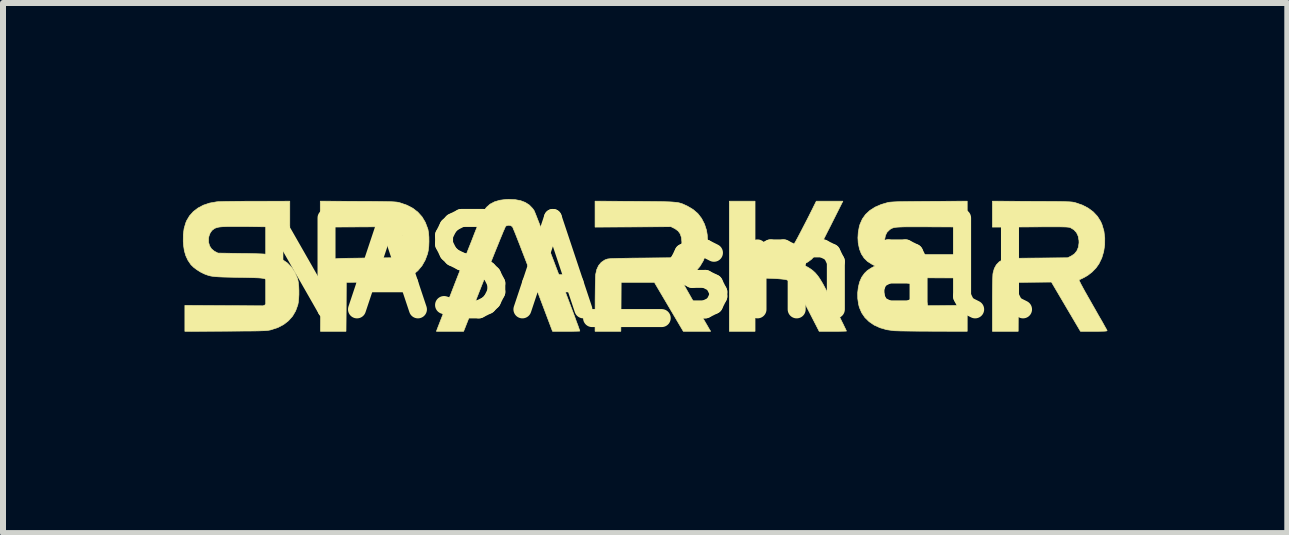
<source format=kicad_pcb>
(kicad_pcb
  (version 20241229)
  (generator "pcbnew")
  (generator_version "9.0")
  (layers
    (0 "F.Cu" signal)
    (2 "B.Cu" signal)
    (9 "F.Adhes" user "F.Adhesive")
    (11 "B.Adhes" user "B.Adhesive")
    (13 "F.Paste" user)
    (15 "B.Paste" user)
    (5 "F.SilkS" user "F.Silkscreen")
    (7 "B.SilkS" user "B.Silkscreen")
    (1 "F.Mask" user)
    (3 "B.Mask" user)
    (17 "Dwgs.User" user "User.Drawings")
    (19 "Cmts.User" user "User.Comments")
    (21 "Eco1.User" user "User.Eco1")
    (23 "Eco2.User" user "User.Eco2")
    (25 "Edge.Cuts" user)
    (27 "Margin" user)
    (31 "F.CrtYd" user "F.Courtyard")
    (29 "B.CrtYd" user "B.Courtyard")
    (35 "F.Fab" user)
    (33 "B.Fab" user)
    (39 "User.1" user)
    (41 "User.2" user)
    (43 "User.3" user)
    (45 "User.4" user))
  (footprint "NASA_small"
    (layer "F.Cu")
    (at 7.691 1.418)
    (property "Reference" "NASA_small" (at 0 0 0) (layer "F.SilkS") (effects (font (size 1.524 1.524) (thickness 0.3))))
    (attr through_hole)
    (fp_poly (pts (xy -2.154 -1.14) (xy -2.062 -1.123) (xy -1.984 -1.093) (xy -1.917 -1.05) (xy -1.862 -0.993) (xy -1.838 -0.959) (xy -1.832 -0.946) (xy -1.82 -0.917) (xy -1.802 -0.872) (xy -1.779 -0.813) (xy -1.751 -0.742) (xy -1.72 -0.66) (xy -1.684 -0.569) (xy -1.646 -0.47) (xy -1.606 -0.364) (xy -1.563 -0.252) (xy -1.519 -0.138) (xy -1.475 -0.021) (xy -1.43 0.097) (xy -1.386 0.215) (xy -1.342 0.33) (xy -1.3 0.442) (xy -1.26 0.548) (xy -1.222 0.649) (xy -1.187 0.741) (xy -1.156 0.824) (xy -1.13 0.897) (xy -1.107 0.957) (xy -1.091 1.003) (xy -1.079 1.035) (xy -1.075 1.05) (xy -1.075 1.051) (xy -1.084 1.052) (xy -1.11 1.053) (xy -1.15 1.054) (xy -1.202 1.055) (xy -1.262 1.055) (xy -1.303 1.055) (xy -1.53 1.055) (xy -1.855 0.193) (xy -1.905 0.061) (xy -1.952 -0.064) (xy -1.997 -0.181) (xy -2.039 -0.289) (xy -2.076 -0.386) (xy -2.11 -0.472) (xy -2.139 -0.546) (xy -2.163 -0.606) (xy -2.182 -0.651) (xy -2.194 -0.68) (xy -2.201 -0.691) (xy -2.229 -0.708) (xy -2.263 -0.713) (xy -2.297 -0.705) (xy -2.311 -0.695) (xy -2.318 -0.684) (xy -2.33 -0.655) (xy -2.35 -0.611) (xy -2.374 -0.552) (xy -2.404 -0.48) (xy -2.438 -0.395) (xy -2.477 -0.3) (xy -2.519 -0.195) (xy -2.564 -0.082) (xy -2.612 0.039) (xy -2.662 0.166) (xy -2.671 0.189) (xy -3.012 1.055) (xy -3.466 1.055) (xy -3.439 0.984) (xy -3.365 0.794) (xy -3.294 0.609) (xy -3.224 0.431) (xy -3.158 0.26) (xy -3.094 0.096) (xy -3.034 -0.058) (xy -2.977 -0.203) (xy -2.924 -0.338) (xy -2.875 -0.461) (xy -2.832 -0.573) (xy -2.793 -0.671) (xy -2.759 -0.756) (xy -2.731 -0.826) (xy -2.709 -0.88) (xy -2.693 -0.919) (xy -2.683 -0.94) (xy -2.682 -0.943) (xy -2.632 -1.011) (xy -2.571 -1.065) (xy -2.496 -1.104) (xy -2.409 -1.13) (xy -2.308 -1.143) (xy -2.261 -1.145) (xy -2.154 -1.14)) (stroke (width 0.01) (type solid)) (fill yes) (layer "F.SilkS"))
    (fp_poly (pts (xy 1.846 -0.215) (xy 1.99 -0.215) (xy 2.088 -0.217) (xy 2.176 -0.221) (xy 2.25 -0.228) (xy 2.31 -0.238) (xy 2.352 -0.249) (xy 2.354 -0.25) (xy 2.379 -0.263) (xy 2.404 -0.28) (xy 2.429 -0.305) (xy 2.455 -0.337) (xy 2.485 -0.38) (xy 2.518 -0.435) (xy 2.556 -0.504) (xy 2.6 -0.588) (xy 2.62 -0.626) (xy 2.657 -0.698) (xy 2.695 -0.771) (xy 2.731 -0.841) (xy 2.763 -0.905) (xy 2.79 -0.959) (xy 2.81 -0.998) (xy 2.81 -0.999) (xy 2.867 -1.114) (xy 3.31 -1.114) (xy 3.095 -0.686) (xy 3.051 -0.6) (xy 3.009 -0.517) (xy 2.97 -0.441) (xy 2.934 -0.372) (xy 2.902 -0.313) (xy 2.877 -0.265) (xy 2.858 -0.232) (xy 2.847 -0.214) (xy 2.846 -0.213) (xy 2.792 -0.15) (xy 2.73 -0.103) (xy 2.684 -0.078) (xy 2.626 -0.052) (xy 2.668 -0.04) (xy 2.712 -0.021) (xy 2.762 0.009) (xy 2.811 0.045) (xy 2.853 0.084) (xy 2.856 0.088) (xy 2.879 0.115) (xy 2.903 0.146) (xy 2.928 0.183) (xy 2.955 0.227) (xy 2.985 0.279) (xy 3.019 0.343) (xy 3.059 0.418) (xy 3.104 0.507) (xy 3.156 0.612) (xy 3.181 0.663) (xy 3.221 0.743) (xy 3.257 0.818) (xy 3.29 0.886) (xy 3.319 0.944) (xy 3.342 0.992) (xy 3.359 1.026) (xy 3.368 1.047) (xy 3.37 1.051) (xy 3.361 1.052) (xy 3.335 1.053) (xy 3.295 1.054) (xy 3.243 1.055) (xy 3.183 1.055) (xy 3.143 1.055) (xy 2.915 1.055) (xy 2.741 0.716) (xy 2.701 0.638) (xy 2.662 0.564) (xy 2.626 0.495) (xy 2.594 0.435) (xy 2.566 0.385) (xy 2.545 0.347) (xy 2.532 0.324) (xy 2.531 0.322) (xy 2.49 0.273) (xy 2.44 0.232) (xy 2.386 0.202) (xy 2.366 0.195) (xy 2.336 0.189) (xy 2.29 0.184) (xy 2.234 0.179) (xy 2.171 0.175) (xy 2.106 0.172) (xy 2.043 0.17) (xy 1.986 0.17) (xy 1.942 0.171) (xy 1.846 0.178) (xy 1.846 1.055) (xy 1.417 1.055) (xy 1.417 -1.114) (xy 1.846 -1.114) (xy 1.846 -0.215)) (stroke (width 0.01) (type solid)) (fill yes) (layer "F.SilkS"))
    (fp_poly (pts (xy -0.164 -1.111) (xy -0.027 -1.11) (xy 0.091 -1.109) (xy 0.193 -1.108) (xy 0.28 -1.107) (xy 0.354 -1.105) (xy 0.417 -1.103) (xy 0.469 -1.1) (xy 0.513 -1.096) (xy 0.55 -1.092) (xy 0.581 -1.086) (xy 0.609 -1.078) (xy 0.634 -1.07) (xy 0.659 -1.059) (xy 0.685 -1.047) (xy 0.714 -1.034) (xy 0.723 -1.029) (xy 0.815 -0.974) (xy 0.893 -0.907) (xy 0.955 -0.826) (xy 1.003 -0.733) (xy 1.037 -0.629) (xy 1.049 -0.553) (xy 1.054 -0.469) (xy 1.052 -0.382) (xy 1.042 -0.299) (xy 1.026 -0.23) (xy 0.984 -0.123) (xy 0.928 -0.029) (xy 0.861 0.051) (xy 0.783 0.117) (xy 0.695 0.167) (xy 0.673 0.176) (xy 0.644 0.188) (xy 0.624 0.197) (xy 0.617 0.2) (xy 0.622 0.209) (xy 0.634 0.232) (xy 0.655 0.269) (xy 0.681 0.316) (xy 0.713 0.373) (xy 0.749 0.436) (xy 0.788 0.505) (xy 0.829 0.577) (xy 0.871 0.65) (xy 0.912 0.722) (xy 0.952 0.791) (xy 0.989 0.856) (xy 1.022 0.913) (xy 1.051 0.962) (xy 1.073 1.001) (xy 1.086 1.023) (xy 1.106 1.055) (xy 0.878 1.055) (xy 0.65 1.055) (xy 0.409 0.647) (xy 0.168 0.239) (xy -0.386 0.239) (xy -0.388 0.647) (xy -0.391 1.055) (xy -0.821 1.055) (xy -0.82 0.618) (xy -0.82 0.524) (xy -0.819 0.434) (xy -0.818 0.35) (xy -0.817 0.274) (xy -0.815 0.209) (xy -0.814 0.157) (xy -0.812 0.121) (xy -0.811 0.107) (xy -0.793 0.026) (xy -0.762 -0.041) (xy -0.718 -0.094) (xy -0.662 -0.132) (xy -0.636 -0.143) (xy -0.624 -0.147) (xy -0.61 -0.151) (xy -0.591 -0.153) (xy -0.566 -0.156) (xy -0.533 -0.158) (xy -0.491 -0.159) (xy -0.437 -0.161) (xy -0.371 -0.162) (xy -0.29 -0.163) (xy -0.193 -0.165) (xy -0.078 -0.166) (xy -0.078 -0.166) (xy 0.435 -0.171) (xy 0.49 -0.197) (xy 0.546 -0.233) (xy 0.587 -0.282) (xy 0.614 -0.343) (xy 0.626 -0.416) (xy 0.626 -0.435) (xy 0.619 -0.508) (xy 0.599 -0.569) (xy 0.564 -0.617) (xy 0.514 -0.654) (xy 0.499 -0.662) (xy 0.445 -0.689) (xy -0.188 -0.685) (xy -0.821 -0.682) (xy -0.821 -1.115) (xy -0.164 -1.111)) (stroke (width 0.01) (type solid)) (fill yes) (layer "F.SilkS"))
    (fp_poly (pts (xy -4.775 -1.111) (xy -4.648 -1.111) (xy -4.54 -1.11) (xy -4.448 -1.109) (xy -4.37 -1.108) (xy -4.306 -1.107) (xy -4.254 -1.106) (xy -4.211 -1.105) (xy -4.177 -1.103) (xy -4.149 -1.101) (xy -4.127 -1.099) (xy -4.109 -1.096) (xy -4.092 -1.092) (xy -4.076 -1.088) (xy -4.069 -1.086) (xy -3.956 -1.047) (xy -3.857 -0.995) (xy -3.774 -0.93) (xy -3.705 -0.853) (xy -3.651 -0.762) (xy -3.612 -0.659) (xy -3.607 -0.645) (xy -3.597 -0.586) (xy -3.591 -0.515) (xy -3.59 -0.438) (xy -3.593 -0.361) (xy -3.602 -0.29) (xy -3.613 -0.239) (xy -3.653 -0.132) (xy -3.707 -0.037) (xy -3.776 0.045) (xy -3.86 0.114) (xy -3.957 0.169) (xy -4.069 0.211) (xy -4.069 0.211) (xy -4.086 0.215) (xy -4.106 0.219) (xy -4.131 0.222) (xy -4.163 0.224) (xy -4.204 0.226) (xy -4.256 0.228) (xy -4.321 0.23) (xy -4.4 0.231) (xy -4.496 0.233) (xy -4.548 0.234) (xy -4.968 0.239) (xy -4.97 0.647) (xy -4.973 1.055) (xy -5.399 1.055) (xy -5.395 0.574) (xy -5.394 0.463) (xy -5.393 0.37) (xy -5.392 0.293) (xy -5.391 0.23) (xy -5.39 0.179) (xy -5.388 0.139) (xy -5.386 0.107) (xy -5.383 0.082) (xy -5.38 0.061) (xy -5.377 0.044) (xy -5.372 0.028) (xy -5.356 -0.017) (xy -5.336 -0.052) (xy -5.31 -0.081) (xy -5.293 -0.098) (xy -5.277 -0.112) (xy -5.261 -0.124) (xy -5.243 -0.134) (xy -5.221 -0.142) (xy -5.193 -0.148) (xy -5.158 -0.153) (xy -5.114 -0.157) (xy -5.059 -0.16) (xy -4.992 -0.162) (xy -4.91 -0.163) (xy -4.813 -0.164) (xy -4.697 -0.166) (xy -4.689 -0.166) (xy -4.206 -0.171) (xy -4.15 -0.198) (xy -4.093 -0.236) (xy -4.052 -0.285) (xy -4.026 -0.346) (xy -4.016 -0.418) (xy -4.017 -0.452) (xy -4.029 -0.525) (xy -4.056 -0.586) (xy -4.097 -0.634) (xy -4.153 -0.669) (xy -4.157 -0.671) (xy -4.166 -0.675) (xy -4.177 -0.678) (xy -4.19 -0.68) (xy -4.209 -0.682) (xy -4.234 -0.684) (xy -4.267 -0.685) (xy -4.309 -0.686) (xy -4.362 -0.687) (xy -4.427 -0.687) (xy -4.507 -0.687) (xy -4.601 -0.686) (xy -4.713 -0.686) (xy -4.799 -0.685) (xy -5.402 -0.682) (xy -5.402 -1.115) (xy -4.775 -1.111)) (stroke (width 0.01) (type solid)) (fill yes) (layer "F.SilkS"))
    (fp_poly (pts (xy 6.46 -1.111) (xy 6.589 -1.111) (xy 6.701 -1.11) (xy 6.796 -1.109) (xy 6.876 -1.109) (xy 6.943 -1.108) (xy 6.998 -1.107) (xy 7.043 -1.105) (xy 7.079 -1.104) (xy 7.108 -1.102) (xy 7.131 -1.1) (xy 7.15 -1.097) (xy 7.167 -1.094) (xy 7.182 -1.09) (xy 7.195 -1.086) (xy 7.305 -1.048) (xy 7.402 -0.997) (xy 7.486 -0.934) (xy 7.555 -0.86) (xy 7.608 -0.775) (xy 7.63 -0.724) (xy 7.662 -0.616) (xy 7.676 -0.502) (xy 7.675 -0.387) (xy 7.658 -0.274) (xy 7.626 -0.167) (xy 7.579 -0.07) (xy 7.529 0.000124) (xy 7.465 0.066) (xy 7.393 0.122) (xy 7.34 0.153) (xy 7.303 0.172) (xy 7.273 0.186) (xy 7.253 0.195) (xy 7.248 0.197) (xy 7.249 0.205) (xy 7.259 0.228) (xy 7.277 0.265) (xy 7.305 0.317) (xy 7.342 0.385) (xy 7.389 0.468) (xy 7.446 0.568) (xy 7.472 0.614) (xy 7.519 0.696) (xy 7.563 0.774) (xy 7.604 0.845) (xy 7.64 0.907) (xy 7.669 0.96) (xy 7.692 1.001) (xy 7.708 1.028) (xy 7.714 1.04) (xy 7.714 1.041) (xy 7.714 1.045) (xy 7.707 1.049) (xy 7.692 1.051) (xy 7.667 1.053) (xy 7.628 1.054) (xy 7.575 1.055) (xy 7.504 1.055) (xy 7.495 1.055) (xy 7.271 1.055) (xy 7.029 0.645) (xy 6.787 0.234) (xy 6.238 0.239) (xy 6.235 0.647) (xy 6.233 1.055) (xy 5.803 1.055) (xy 5.803 0.598) (xy 5.803 0.478) (xy 5.804 0.373) (xy 5.805 0.281) (xy 5.807 0.205) (xy 5.809 0.146) (xy 5.811 0.104) (xy 5.814 0.083) (xy 5.835 0.007) (xy 5.869 -0.054) (xy 5.916 -0.103) (xy 5.979 -0.141) (xy 5.979 -0.141) (xy 5.989 -0.145) (xy 6 -0.149) (xy 6.014 -0.152) (xy 6.031 -0.155) (xy 6.055 -0.157) (xy 6.086 -0.159) (xy 6.126 -0.16) (xy 6.177 -0.162) (xy 6.241 -0.163) (xy 6.319 -0.164) (xy 6.413 -0.165) (xy 6.524 -0.166) (xy 6.54 -0.166) (xy 7.058 -0.171) (xy 7.115 -0.199) (xy 7.171 -0.236) (xy 7.211 -0.286) (xy 7.237 -0.348) (xy 7.247 -0.42) (xy 7.246 -0.459) (xy 7.233 -0.531) (xy 7.205 -0.591) (xy 7.161 -0.638) (xy 7.107 -0.671) (xy 7.098 -0.675) (xy 7.088 -0.678) (xy 7.074 -0.68) (xy 7.056 -0.682) (xy 7.031 -0.684) (xy 6.999 -0.685) (xy 6.958 -0.686) (xy 6.906 -0.687) (xy 6.842 -0.687) (xy 6.765 -0.687) (xy 6.672 -0.687) (xy 6.563 -0.686) (xy 6.436 -0.685) (xy 6.435 -0.685) (xy 5.803 -0.682) (xy 5.803 -1.115) (xy 6.46 -1.111)) (stroke (width 0.01) (type solid)) (fill yes) (layer "F.SilkS"))
    (fp_poly (pts (xy 5.383 -0.684) (xy 4.794 -0.686) (xy 4.667 -0.687) (xy 4.559 -0.687) (xy 4.466 -0.687) (xy 4.388 -0.687) (xy 4.324 -0.686) (xy 4.272 -0.684) (xy 4.229 -0.682) (xy 4.195 -0.679) (xy 4.169 -0.675) (xy 4.148 -0.67) (xy 4.13 -0.663) (xy 4.115 -0.656) (xy 4.101 -0.647) (xy 4.087 -0.636) (xy 4.087 -0.636) (xy 4.046 -0.596) (xy 4.02 -0.543) (xy 4.007 -0.477) (xy 4.007 -0.476) (xy 4.009 -0.406) (xy 4.027 -0.347) (xy 4.06 -0.3) (xy 4.109 -0.265) (xy 4.174 -0.24) (xy 4.201 -0.234) (xy 4.222 -0.232) (xy 4.26 -0.231) (xy 4.315 -0.229) (xy 4.384 -0.228) (xy 4.467 -0.226) (xy 4.561 -0.226) (xy 4.665 -0.225) (xy 4.778 -0.225) (xy 4.808 -0.225) (xy 5.363 -0.225) (xy 5.363 0.166) (xy 4.789 0.164) (xy 4.662 0.163) (xy 4.552 0.163) (xy 4.459 0.163) (xy 4.381 0.163) (xy 4.316 0.165) (xy 4.262 0.166) (xy 4.219 0.169) (xy 4.184 0.173) (xy 4.157 0.177) (xy 4.134 0.183) (xy 4.116 0.19) (xy 4.1 0.198) (xy 4.085 0.208) (xy 4.073 0.217) (xy 4.033 0.255) (xy 4.008 0.302) (xy 3.997 0.361) (xy 3.997 0.405) (xy 4.008 0.473) (xy 4.031 0.528) (xy 4.07 0.571) (xy 4.123 0.601) (xy 4.192 0.62) (xy 4.223 0.624) (xy 4.247 0.626) (xy 4.288 0.627) (xy 4.345 0.628) (xy 4.415 0.629) (xy 4.496 0.629) (xy 4.586 0.629) (xy 4.684 0.629) (xy 4.786 0.628) (xy 4.84 0.628) (xy 5.383 0.622) (xy 5.383 1.055) (xy 4.814 1.054) (xy 4.707 1.053) (xy 4.604 1.053) (xy 4.507 1.052) (xy 4.418 1.051) (xy 4.338 1.05) (xy 4.27 1.049) (xy 4.216 1.047) (xy 4.178 1.046) (xy 4.162 1.045) (xy 4.04 1.028) (xy 3.93 0.996) (xy 3.833 0.952) (xy 3.749 0.895) (xy 3.679 0.827) (xy 3.624 0.747) (xy 3.585 0.656) (xy 3.571 0.6) (xy 3.558 0.507) (xy 3.557 0.412) (xy 3.568 0.32) (xy 3.589 0.234) (xy 3.621 0.16) (xy 3.628 0.148) (xy 3.671 0.088) (xy 3.718 0.042) (xy 3.778 0.003) (xy 3.788 -0.003) (xy 3.848 -0.035) (xy 3.796 -0.062) (xy 3.722 -0.109) (xy 3.664 -0.166) (xy 3.619 -0.235) (xy 3.587 -0.316) (xy 3.567 -0.413) (xy 3.566 -0.417) (xy 3.561 -0.504) (xy 3.567 -0.598) (xy 3.584 -0.689) (xy 3.596 -0.73) (xy 3.635 -0.818) (xy 3.69 -0.895) (xy 3.762 -0.961) (xy 3.849 -1.016) (xy 3.953 -1.061) (xy 4.054 -1.09) (xy 4.071 -1.094) (xy 4.09 -1.097) (xy 4.113 -1.099) (xy 4.141 -1.101) (xy 4.176 -1.103) (xy 4.22 -1.105) (xy 4.273 -1.106) (xy 4.339 -1.107) (xy 4.417 -1.108) (xy 4.51 -1.109) (xy 4.62 -1.11) (xy 4.748 -1.111) (xy 4.755 -1.111) (xy 5.383 -1.115) (xy 5.383 -0.684)) (stroke (width 0.01) (type solid)) (fill yes) (layer "F.SilkS"))
    (fp_poly (pts (xy -5.91 -0.683) (xy -6.465 -0.689) (xy -6.592 -0.691) (xy -6.701 -0.692) (xy -6.794 -0.692) (xy -6.872 -0.692) (xy -6.938 -0.692) (xy -6.991 -0.69) (xy -7.035 -0.688) (xy -7.07 -0.685) (xy -7.098 -0.681) (xy -7.121 -0.675) (xy -7.141 -0.669) (xy -7.159 -0.662) (xy -7.17 -0.656) (xy -7.207 -0.627) (xy -7.237 -0.585) (xy -7.257 -0.533) (xy -7.264 -0.498) (xy -7.264 -0.429) (xy -7.247 -0.369) (xy -7.215 -0.319) (xy -7.167 -0.28) (xy -7.156 -0.274) (xy -7.108 -0.249) (xy -6.717 -0.243) (xy -6.613 -0.242) (xy -6.527 -0.24) (xy -6.457 -0.238) (xy -6.399 -0.236) (xy -6.353 -0.234) (xy -6.316 -0.231) (xy -6.286 -0.227) (xy -6.26 -0.223) (xy -6.247 -0.221) (xy -6.134 -0.187) (xy -6.034 -0.141) (xy -5.949 -0.083) (xy -5.879 -0.011) (xy -5.824 0.073) (xy -5.784 0.169) (xy -5.776 0.195) (xy -5.767 0.243) (xy -5.761 0.304) (xy -5.758 0.373) (xy -5.758 0.444) (xy -5.762 0.512) (xy -5.768 0.572) (xy -5.776 0.614) (xy -5.813 0.716) (xy -5.865 0.804) (xy -5.932 0.879) (xy -6.013 0.942) (xy -6.108 0.992) (xy -6.215 1.027) (xy -6.231 1.032) (xy -6.248 1.035) (xy -6.265 1.038) (xy -6.285 1.041) (xy -6.31 1.043) (xy -6.34 1.045) (xy -6.378 1.046) (xy -6.425 1.048) (xy -6.482 1.049) (xy -6.552 1.05) (xy -6.634 1.05) (xy -6.732 1.051) (xy -6.846 1.052) (xy -6.978 1.053) (xy -7.659 1.056) (xy -7.659 0.623) (xy -7.007 0.627) (xy -6.355 0.63) (xy -6.301 0.605) (xy -6.25 0.572) (xy -6.221 0.541) (xy -6.192 0.485) (xy -6.178 0.425) (xy -6.178 0.364) (xy -6.19 0.307) (xy -6.216 0.256) (xy -6.254 0.217) (xy -6.261 0.212) (xy -6.28 0.2) (xy -6.297 0.191) (xy -6.315 0.183) (xy -6.336 0.176) (xy -6.362 0.171) (xy -6.395 0.167) (xy -6.437 0.164) (xy -6.49 0.162) (xy -6.556 0.16) (xy -6.637 0.158) (xy -6.735 0.156) (xy -6.765 0.156) (xy -6.872 0.154) (xy -6.961 0.152) (xy -7.035 0.15) (xy -7.096 0.147) (xy -7.147 0.144) (xy -7.188 0.139) (xy -7.223 0.134) (xy -7.254 0.127) (xy -7.282 0.118) (xy -7.311 0.108) (xy -7.34 0.096) (xy -7.4 0.066) (xy -7.459 0.029) (xy -7.513 -0.012) (xy -7.555 -0.053) (xy -7.561 -0.06) (xy -7.608 -0.129) (xy -7.643 -0.204) (xy -7.668 -0.288) (xy -7.682 -0.385) (xy -7.686 -0.446) (xy -7.685 -0.558) (xy -7.672 -0.658) (xy -7.646 -0.748) (xy -7.631 -0.786) (xy -7.582 -0.869) (xy -7.518 -0.941) (xy -7.439 -1.001) (xy -7.348 -1.049) (xy -7.245 -1.083) (xy -7.132 -1.103) (xy -7.124 -1.104) (xy -7.096 -1.106) (xy -7.051 -1.107) (xy -6.991 -1.109) (xy -6.918 -1.11) (xy -6.833 -1.111) (xy -6.74 -1.112) (xy -6.641 -1.113) (xy -6.536 -1.113) (xy -6.47 -1.113) (xy -5.91 -1.114) (xy -5.91 -0.683)) (stroke (width 0.01) (type solid)) (fill yes) (layer "F.SilkS")))
  (gr_rect
    (start -3 -3)
    (end 18.41 5.836)
    (stroke (width 0.1) (type default))
    (fill no)
    (layer "Edge.Cuts")))
</source>
